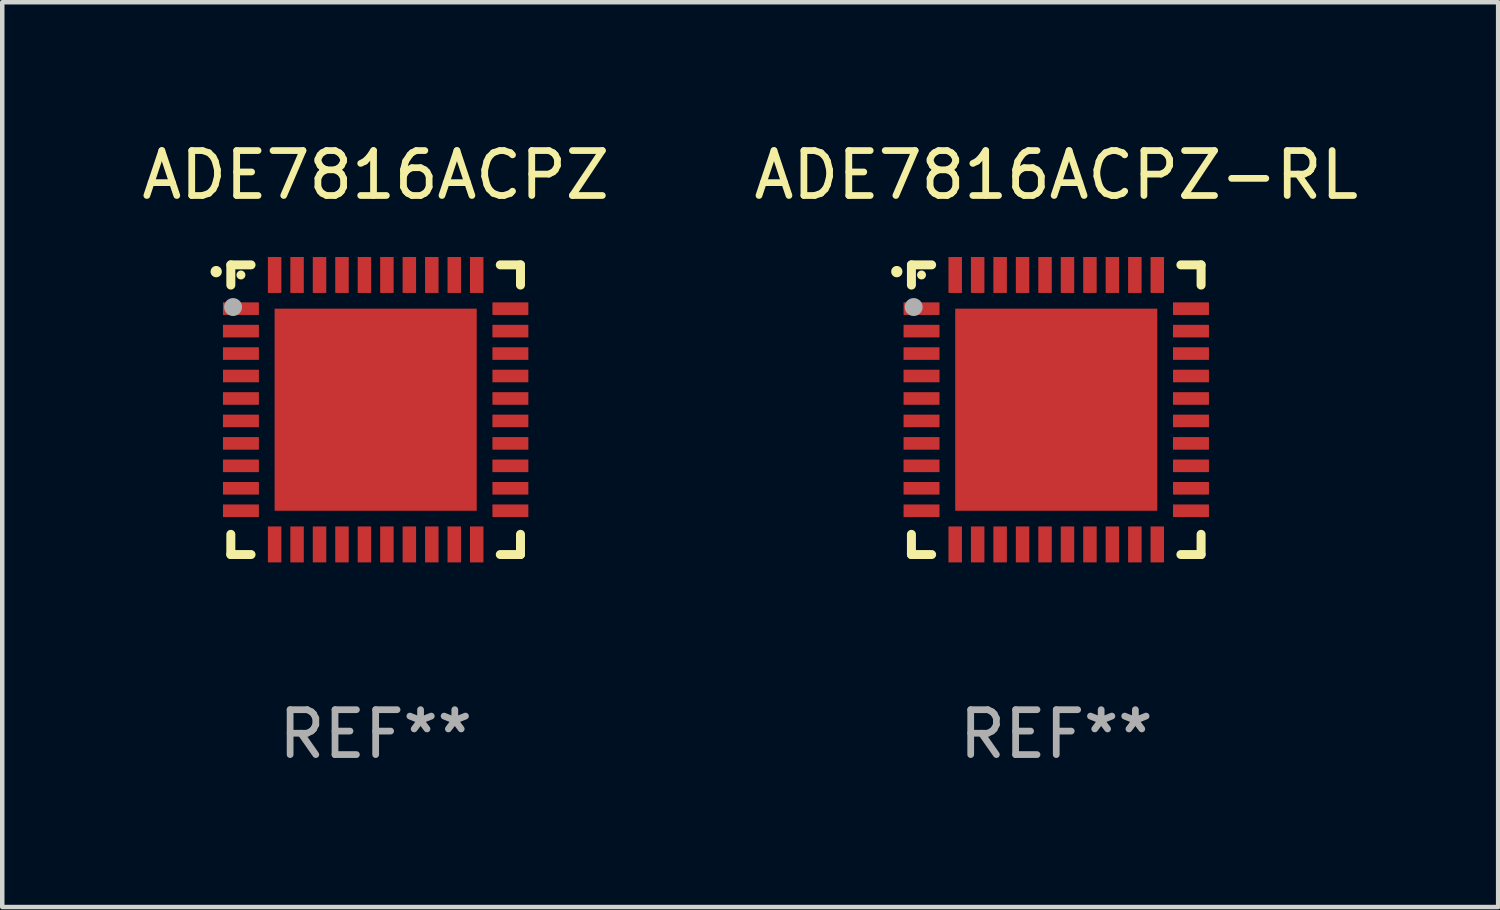
<source format=kicad_pcb>
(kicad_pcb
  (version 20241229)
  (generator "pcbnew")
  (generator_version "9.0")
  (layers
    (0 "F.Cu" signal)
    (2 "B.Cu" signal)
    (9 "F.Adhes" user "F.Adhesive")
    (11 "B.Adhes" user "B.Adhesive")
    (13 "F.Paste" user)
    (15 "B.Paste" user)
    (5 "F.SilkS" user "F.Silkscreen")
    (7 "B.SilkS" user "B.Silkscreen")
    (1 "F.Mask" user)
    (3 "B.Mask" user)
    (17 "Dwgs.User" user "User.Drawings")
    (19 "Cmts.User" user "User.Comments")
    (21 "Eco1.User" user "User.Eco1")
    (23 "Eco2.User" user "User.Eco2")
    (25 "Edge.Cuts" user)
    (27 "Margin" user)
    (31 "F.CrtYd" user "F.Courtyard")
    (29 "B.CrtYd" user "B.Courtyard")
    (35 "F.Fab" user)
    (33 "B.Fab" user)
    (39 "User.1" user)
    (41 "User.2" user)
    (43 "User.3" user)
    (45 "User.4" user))
  (footprint "ADE7816ACPZ"
    (layer "F.Cu")
    (at 5.315 6.073)
    (property "Reference" "ADE7816ACPZ" (at 0 -5.225 0) (layer "F.SilkS") (effects (font (size 1 1) (thickness 0.15))))
    (attr through_hole)
    (fp_line (start -3.225 -3.225) (end -2.775 -3.225) (stroke (width 0.2) (type solid)) (layer "F.SilkS"))
    (fp_line (start -3.225 -2.775) (end -3.225 -3.225) (stroke (width 0.2) (type solid)) (layer "F.SilkS"))
    (fp_line (start -3.225 2.775) (end -3.225 3.225) (stroke (width 0.2) (type solid)) (layer "F.SilkS"))
    (fp_line (start -3.225 3.225) (end -2.775 3.225) (stroke (width 0.2) (type solid)) (layer "F.SilkS"))
    (fp_line (start 2.775 -3.225) (end 3.225 -3.225) (stroke (width 0.2) (type solid)) (layer "F.SilkS"))
    (fp_line (start 2.775 3.225) (end 3.225 3.225) (stroke (width 0.2) (type solid)) (layer "F.SilkS"))
    (fp_line (start 3.225 -3.225) (end 3.225 -2.775) (stroke (width 0.2) (type solid)) (layer "F.SilkS"))
    (fp_line (start 3.225 3.225) (end 3.225 2.775) (stroke (width 0.2) (type solid)) (layer "F.SilkS"))
    (fp_arc (start -3.55094 -3.073406) (mid -3.550946 -3.074676) (end -3.55094 -3.075946) (stroke (width 0.25) (type solid)) (layer "F.SilkS"))
    (fp_circle (center -3 -3) (end -2.95 -3) (stroke (width 0.1) (type solid)) (fill no) (layer "F.SilkS"))
    (fp_circle (center -3.175 -2.286) (end -3.075 -2.286) (stroke (width 0.2) (type solid)) (fill no) (layer "F.Fab"))
    (fp_text user "REF**" (at 0 7.225 0) (layer "F.Fab") (effects (font (size 1 1) (thickness 0.15))))
    (pad "1" smd rect (at -3 -2.25) (size 0.8 0.28) (layers "F.Cu" "F.Mask" "F.Paste"))
    (pad "2" smd rect (at -3 -1.75) (size 0.8 0.28) (layers "F.Cu" "F.Mask" "F.Paste"))
    (pad "3" smd rect (at -3 -1.25) (size 0.8 0.28) (layers "F.Cu" "F.Mask" "F.Paste"))
    (pad "4" smd rect (at -3 -0.75) (size 0.8 0.28) (layers "F.Cu" "F.Mask" "F.Paste"))
    (pad "5" smd rect (at -3 -0.25) (size 0.8 0.28) (layers "F.Cu" "F.Mask" "F.Paste"))
    (pad "6" smd rect (at -3 0.25) (size 0.8 0.28) (layers "F.Cu" "F.Mask" "F.Paste"))
    (pad "7" smd rect (at -3 0.75) (size 0.8 0.28) (layers "F.Cu" "F.Mask" "F.Paste"))
    (pad "8" smd rect (at -3 1.25) (size 0.8 0.28) (layers "F.Cu" "F.Mask" "F.Paste"))
    (pad "9" smd rect (at -3 1.75) (size 0.8 0.28) (layers "F.Cu" "F.Mask" "F.Paste"))
    (pad "10" smd rect (at -3 2.25) (size 0.8 0.28) (layers "F.Cu" "F.Mask" "F.Paste"))
    (pad "11" smd rect (at -2.25 3) (size 0.3 0.8) (layers "F.Cu" "F.Mask" "F.Paste"))
    (pad "12" smd rect (at -1.75 3) (size 0.3 0.8) (layers "F.Cu" "F.Mask" "F.Paste"))
    (pad "13" smd rect (at -1.25 3) (size 0.3 0.8) (layers "F.Cu" "F.Mask" "F.Paste"))
    (pad "14" smd rect (at -0.75 3) (size 0.3 0.8) (layers "F.Cu" "F.Mask" "F.Paste"))
    (pad "15" smd rect (at -0.25 3) (size 0.3 0.8) (layers "F.Cu" "F.Mask" "F.Paste"))
    (pad "16" smd rect (at 0.25 3) (size 0.3 0.8) (layers "F.Cu" "F.Mask" "F.Paste"))
    (pad "17" smd rect (at 0.75 3) (size 0.3 0.8) (layers "F.Cu" "F.Mask" "F.Paste"))
    (pad "18" smd rect (at 1.25 3) (size 0.3 0.8) (layers "F.Cu" "F.Mask" "F.Paste"))
    (pad "19" smd rect (at 1.75 3) (size 0.3 0.8) (layers "F.Cu" "F.Mask" "F.Paste"))
    (pad "20" smd rect (at 2.25 3) (size 0.3 0.8) (layers "F.Cu" "F.Mask" "F.Paste"))
    (pad "21" smd rect (at 3 2.25) (size 0.8 0.28) (layers "F.Cu" "F.Mask" "F.Paste"))
    (pad "22" smd rect (at 3 1.75) (size 0.8 0.28) (layers "F.Cu" "F.Mask" "F.Paste"))
    (pad "23" smd rect (at 3 1.25) (size 0.8 0.28) (layers "F.Cu" "F.Mask" "F.Paste"))
    (pad "24" smd rect (at 3 0.75) (size 0.8 0.28) (layers "F.Cu" "F.Mask" "F.Paste"))
    (pad "25" smd rect (at 3 0.25) (size 0.8 0.28) (layers "F.Cu" "F.Mask" "F.Paste"))
    (pad "26" smd rect (at 3 -0.25) (size 0.8 0.28) (layers "F.Cu" "F.Mask" "F.Paste"))
    (pad "27" smd rect (at 3 -0.75) (size 0.8 0.28) (layers "F.Cu" "F.Mask" "F.Paste"))
    (pad "28" smd rect (at 3 -1.25) (size 0.8 0.28) (layers "F.Cu" "F.Mask" "F.Paste"))
    (pad "29" smd rect (at 3 -1.75) (size 0.8 0.28) (layers "F.Cu" "F.Mask" "F.Paste"))
    (pad "30" smd rect (at 3 -2.25) (size 0.8 0.28) (layers "F.Cu" "F.Mask" "F.Paste"))
    (pad "31" smd rect (at 2.25 -3) (size 0.3 0.8) (layers "F.Cu" "F.Mask" "F.Paste"))
    (pad "32" smd rect (at 1.75 -3) (size 0.3 0.8) (layers "F.Cu" "F.Mask" "F.Paste"))
    (pad "33" smd rect (at 1.25 -3) (size 0.3 0.8) (layers "F.Cu" "F.Mask" "F.Paste"))
    (pad "34" smd rect (at 0.75 -3) (size 0.3 0.8) (layers "F.Cu" "F.Mask" "F.Paste"))
    (pad "35" smd rect (at 0.25 -3) (size 0.3 0.8) (layers "F.Cu" "F.Mask" "F.Paste"))
    (pad "36" smd rect (at -0.25 -3) (size 0.3 0.8) (layers "F.Cu" "F.Mask" "F.Paste"))
    (pad "37" smd rect (at -0.75 -3) (size 0.3 0.8) (layers "F.Cu" "F.Mask" "F.Paste"))
    (pad "38" smd rect (at -1.25 -3) (size 0.3 0.8) (layers "F.Cu" "F.Mask" "F.Paste"))
    (pad "39" smd rect (at -1.75 -3) (size 0.3 0.8) (layers "F.Cu" "F.Mask" "F.Paste"))
    (pad "40" smd rect (at -2.25 -3) (size 0.3 0.8) (layers "F.Cu" "F.Mask" "F.Paste"))
    (pad "41" smd rect (at -0.000013 0) (size 4.5 4.5) (layers "F.Cu" "F.Mask" "F.Paste")))
  (footprint "ADE7816ACPZ-RL"
    (layer "F.Cu")
    (at 20.47 6.073)
    (property "Reference" "ADE7816ACPZ-RL" (at 0 -5.225 0) (layer "F.SilkS") (effects (font (size 1 1) (thickness 0.15))))
    (attr through_hole)
    (fp_line (start -3.225 -3.225) (end -2.775 -3.225) (stroke (width 0.2) (type solid)) (layer "F.SilkS"))
    (fp_line (start -3.225 -2.775) (end -3.225 -3.225) (stroke (width 0.2) (type solid)) (layer "F.SilkS"))
    (fp_line (start -3.225 2.775) (end -3.225 3.225) (stroke (width 0.2) (type solid)) (layer "F.SilkS"))
    (fp_line (start -3.225 3.225) (end -2.775 3.225) (stroke (width 0.2) (type solid)) (layer "F.SilkS"))
    (fp_line (start 2.775 -3.225) (end 3.225 -3.225) (stroke (width 0.2) (type solid)) (layer "F.SilkS"))
    (fp_line (start 2.775 3.225) (end 3.225 3.225) (stroke (width 0.2) (type solid)) (layer "F.SilkS"))
    (fp_line (start 3.225 -3.225) (end 3.225 -2.775) (stroke (width 0.2) (type solid)) (layer "F.SilkS"))
    (fp_line (start 3.225 3.225) (end 3.225 2.775) (stroke (width 0.2) (type solid)) (layer "F.SilkS"))
    (fp_arc (start -3.55094 -3.073406) (mid -3.550946 -3.074676) (end -3.55094 -3.075946) (stroke (width 0.25) (type solid)) (layer "F.SilkS"))
    (fp_circle (center -3 -3) (end -2.95 -3) (stroke (width 0.1) (type solid)) (fill no) (layer "F.SilkS"))
    (fp_circle (center -3.175 -2.286) (end -3.075 -2.286) (stroke (width 0.2) (type solid)) (fill no) (layer "F.Fab"))
    (fp_text user "REF**" (at 0 7.225 0) (layer "F.Fab") (effects (font (size 1 1) (thickness 0.15))))
    (pad "1" smd rect (at -3 -2.25) (size 0.8 0.28) (layers "F.Cu" "F.Mask" "F.Paste"))
    (pad "2" smd rect (at -3 -1.75) (size 0.8 0.28) (layers "F.Cu" "F.Mask" "F.Paste"))
    (pad "3" smd rect (at -3 -1.25) (size 0.8 0.28) (layers "F.Cu" "F.Mask" "F.Paste"))
    (pad "4" smd rect (at -3 -0.75) (size 0.8 0.28) (layers "F.Cu" "F.Mask" "F.Paste"))
    (pad "5" smd rect (at -3 -0.25) (size 0.8 0.28) (layers "F.Cu" "F.Mask" "F.Paste"))
    (pad "6" smd rect (at -3 0.25) (size 0.8 0.28) (layers "F.Cu" "F.Mask" "F.Paste"))
    (pad "7" smd rect (at -3 0.75) (size 0.8 0.28) (layers "F.Cu" "F.Mask" "F.Paste"))
    (pad "8" smd rect (at -3 1.25) (size 0.8 0.28) (layers "F.Cu" "F.Mask" "F.Paste"))
    (pad "9" smd rect (at -3 1.75) (size 0.8 0.28) (layers "F.Cu" "F.Mask" "F.Paste"))
    (pad "10" smd rect (at -3 2.25) (size 0.8 0.28) (layers "F.Cu" "F.Mask" "F.Paste"))
    (pad "11" smd rect (at -2.25 3) (size 0.3 0.8) (layers "F.Cu" "F.Mask" "F.Paste"))
    (pad "12" smd rect (at -1.75 3) (size 0.3 0.8) (layers "F.Cu" "F.Mask" "F.Paste"))
    (pad "13" smd rect (at -1.25 3) (size 0.3 0.8) (layers "F.Cu" "F.Mask" "F.Paste"))
    (pad "14" smd rect (at -0.75 3) (size 0.3 0.8) (layers "F.Cu" "F.Mask" "F.Paste"))
    (pad "15" smd rect (at -0.25 3) (size 0.3 0.8) (layers "F.Cu" "F.Mask" "F.Paste"))
    (pad "16" smd rect (at 0.25 3) (size 0.3 0.8) (layers "F.Cu" "F.Mask" "F.Paste"))
    (pad "17" smd rect (at 0.75 3) (size 0.3 0.8) (layers "F.Cu" "F.Mask" "F.Paste"))
    (pad "18" smd rect (at 1.25 3) (size 0.3 0.8) (layers "F.Cu" "F.Mask" "F.Paste"))
    (pad "19" smd rect (at 1.75 3) (size 0.3 0.8) (layers "F.Cu" "F.Mask" "F.Paste"))
    (pad "20" smd rect (at 2.25 3) (size 0.3 0.8) (layers "F.Cu" "F.Mask" "F.Paste"))
    (pad "21" smd rect (at 3 2.25) (size 0.8 0.28) (layers "F.Cu" "F.Mask" "F.Paste"))
    (pad "22" smd rect (at 3 1.75) (size 0.8 0.28) (layers "F.Cu" "F.Mask" "F.Paste"))
    (pad "23" smd rect (at 3 1.25) (size 0.8 0.28) (layers "F.Cu" "F.Mask" "F.Paste"))
    (pad "24" smd rect (at 3 0.75) (size 0.8 0.28) (layers "F.Cu" "F.Mask" "F.Paste"))
    (pad "25" smd rect (at 3 0.25) (size 0.8 0.28) (layers "F.Cu" "F.Mask" "F.Paste"))
    (pad "26" smd rect (at 3 -0.25) (size 0.8 0.28) (layers "F.Cu" "F.Mask" "F.Paste"))
    (pad "27" smd rect (at 3 -0.75) (size 0.8 0.28) (layers "F.Cu" "F.Mask" "F.Paste"))
    (pad "28" smd rect (at 3 -1.25) (size 0.8 0.28) (layers "F.Cu" "F.Mask" "F.Paste"))
    (pad "29" smd rect (at 3 -1.75) (size 0.8 0.28) (layers "F.Cu" "F.Mask" "F.Paste"))
    (pad "30" smd rect (at 3 -2.25) (size 0.8 0.28) (layers "F.Cu" "F.Mask" "F.Paste"))
    (pad "31" smd rect (at 2.25 -3) (size 0.3 0.8) (layers "F.Cu" "F.Mask" "F.Paste"))
    (pad "32" smd rect (at 1.75 -3) (size 0.3 0.8) (layers "F.Cu" "F.Mask" "F.Paste"))
    (pad "33" smd rect (at 1.25 -3) (size 0.3 0.8) (layers "F.Cu" "F.Mask" "F.Paste"))
    (pad "34" smd rect (at 0.75 -3) (size 0.3 0.8) (layers "F.Cu" "F.Mask" "F.Paste"))
    (pad "35" smd rect (at 0.25 -3) (size 0.3 0.8) (layers "F.Cu" "F.Mask" "F.Paste"))
    (pad "36" smd rect (at -0.25 -3) (size 0.3 0.8) (layers "F.Cu" "F.Mask" "F.Paste"))
    (pad "37" smd rect (at -0.75 -3) (size 0.3 0.8) (layers "F.Cu" "F.Mask" "F.Paste"))
    (pad "38" smd rect (at -1.25 -3) (size 0.3 0.8) (layers "F.Cu" "F.Mask" "F.Paste"))
    (pad "39" smd rect (at -1.75 -3) (size 0.3 0.8) (layers "F.Cu" "F.Mask" "F.Paste"))
    (pad "40" smd rect (at -2.25 -3) (size 0.3 0.8) (layers "F.Cu" "F.Mask" "F.Paste"))
    (pad "41" smd rect (at -0.000013 0) (size 4.5 4.5) (layers "F.Cu" "F.Mask" "F.Paste")))
  (gr_rect
    (start -3 -3)
    (end 30.31 17.147)
    (stroke (width 0.1) (type default))
    (fill no)
    (layer "Edge.Cuts")))
</source>
